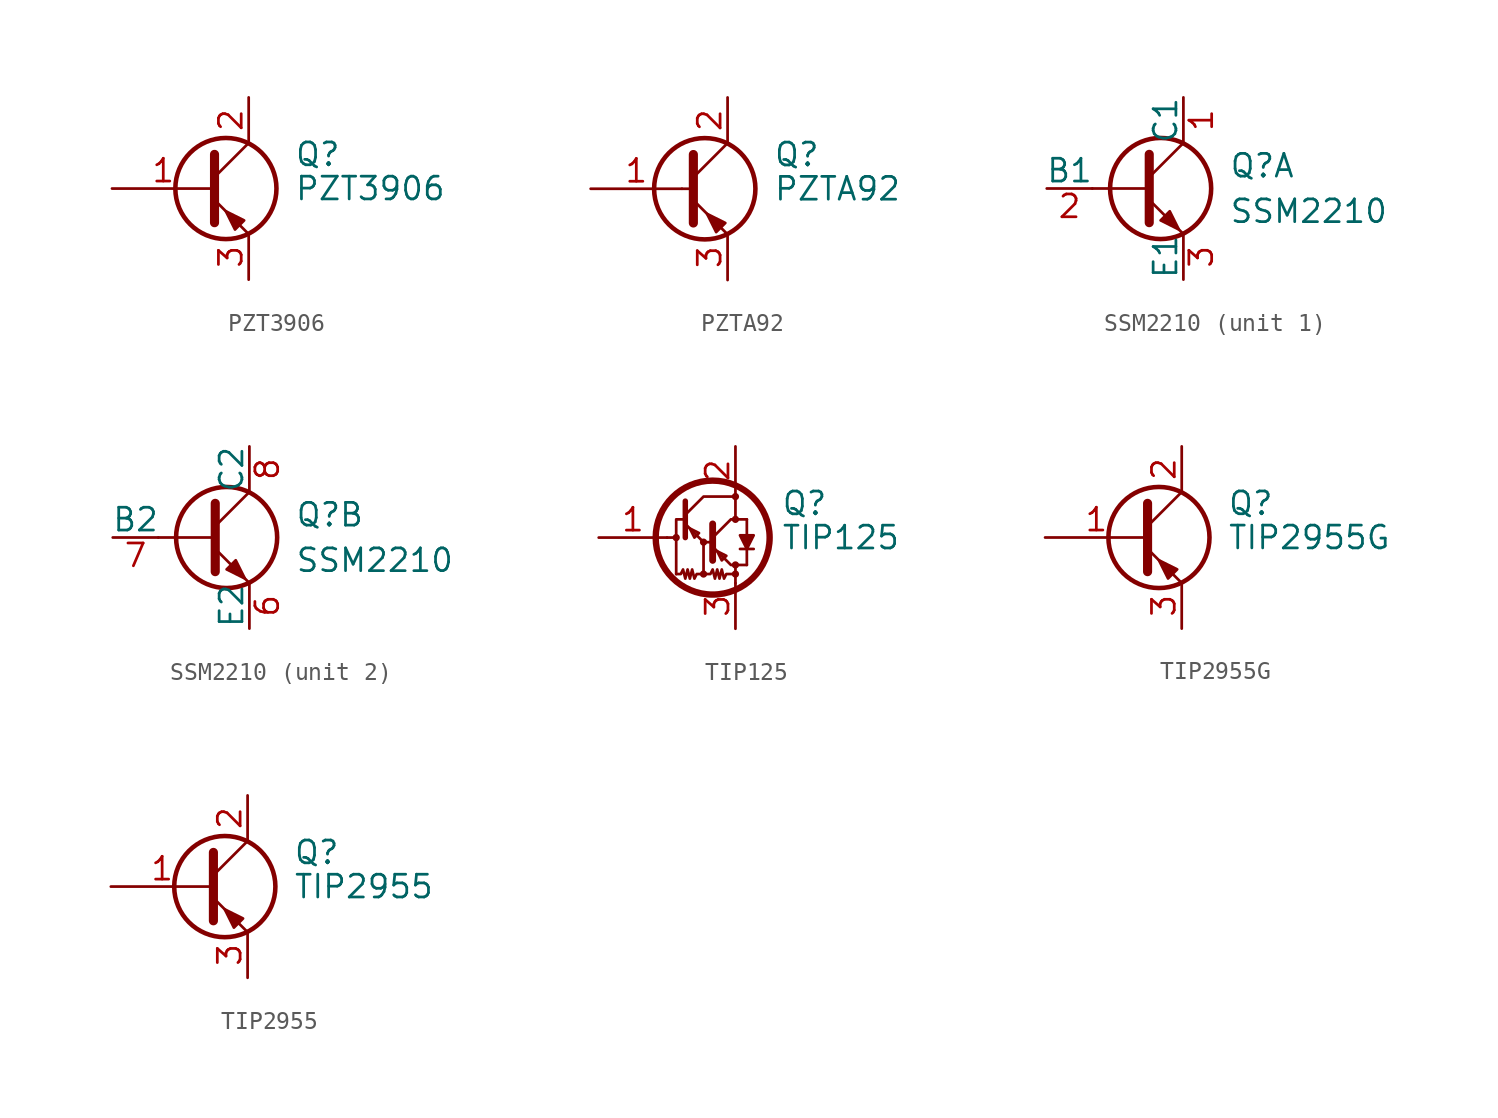
<source format=kicad_sym>
(kicad_symbol_lib
  (version 20241209)
  (generator "kicad_symbol_editor")
  (generator_version "9.0")
  (symbol "PZT3906"
    (pin_names
      (offset 0)
      (hide yes))
    (property "Reference" "Q"
      (at 5.08 1.905 0)
      (effects (font (size 1.27 1.27)) (justify left)))
    (property "Value" "PZT3906"
      (at 5.08 0 0)
      (effects (font (size 1.27 1.27)) (justify left)))
    (symbol "PZT3906_0_1"
      (polyline (pts (xy 0.635 1.905) (xy 0.635 -1.905) (xy 0.635 -1.905)) (stroke (width 0.508) (type default)) (fill (type none)))
      (polyline (pts (xy 0.635 0.635) (xy 2.54 2.54)) (stroke (width 0) (type default)) (fill (type none)))
      (polyline (pts (xy 0.635 -0.635) (xy 2.54 -2.54) (xy 2.54 -2.54)) (stroke (width 0) (type default)) (fill (type none)))
      (circle (center 1.27 0) (radius 2.819) (stroke (width 0.254) (type default)) (fill (type none)))
      (polyline (pts (xy 2.286 -1.778) (xy 1.778 -2.286) (xy 1.27 -1.27) (xy 2.286 -1.778) (xy 2.286 -1.778)) (stroke (width 0) (type default)) (fill (type outline))))
    (symbol "PZT3906_1_1"
      (pin input line (at -5.08 0 0) (length 5.715) (name "B" (effects (font (size 1.27 1.27)))) (number "1" (effects (font (size 1.27 1.27)))))
      (pin passive line (at 2.54 5.08 270) (length 2.54) (name "C" (effects (font (size 1.27 1.27)))) (number "2" (effects (font (size 1.27 1.27)))))
      (pin passive line (at 2.54 5.08 270) (length 2.54) (hide yes) (name "C" (effects (font (size 1.27 1.27)))) (number "4" (effects (font (size 1.27 1.27)))))
      (pin passive line (at 2.54 -5.08 90) (length 2.54) (name "E" (effects (font (size 1.27 1.27)))) (number "3" (effects (font (size 1.27 1.27)))))))
  (symbol "PZTA92"
    (pin_names
      (offset 0)
      (hide yes))
    (property "Reference" "Q"
      (at 5.08 1.905 0)
      (effects (font (size 1.27 1.27)) (justify left)))
    (property "Value" "PZTA92"
      (at 5.08 0 0)
      (effects (font (size 1.27 1.27)) (justify left)))
    (symbol "PZTA92_0_1"
      (polyline (pts (xy 0 0) (xy 0.635 0)) (stroke (width 0) (type default)) (fill (type none)))
      (polyline (pts (xy 0.635 1.905) (xy 0.635 -1.905) (xy 0.635 -1.905)) (stroke (width 0.508) (type default)) (fill (type outline)))
      (circle (center 1.27 0) (radius 2.819) (stroke (width 0.254) (type default)) (fill (type none)))
      (polyline (pts (xy 1.905 -2.413) (xy 2.413 -1.905) (xy 1.397 -1.397) (xy 1.905 -2.413) (xy 1.905 -2.413)) (stroke (width 0) (type default)) (fill (type outline)))
      (polyline (pts (xy 2.54 2.54) (xy 0.635 0.635)) (stroke (width 0) (type default)) (fill (type none)))
      (polyline (pts (xy 2.54 -2.54) (xy 0.635 -0.635)) (stroke (width 0) (type default)) (fill (type none))))
    (symbol "PZTA92_1_1"
      (pin input line (at -5.08 0 0) (length 5.08) (name "B" (effects (font (size 1.27 1.27)))) (number "1" (effects (font (size 1.27 1.27)))))
      (pin passive line (at 2.54 5.08 270) (length 2.54) (name "C" (effects (font (size 1.27 1.27)))) (number "2" (effects (font (size 1.27 1.27)))))
      (pin passive line (at 2.54 -5.08 90) (length 2.54) (name "E" (effects (font (size 1.27 1.27)))) (number "3" (effects (font (size 1.27 1.27)))))))
  (symbol "SSM2210"
    (pin_names
      (offset 0))
    (property "Reference" "Q"
      (at 5.08 1.27 0)
      (effects (font (size 1.27 1.27)) (justify left)))
    (property "Value" "SSM2210"
      (at 5.08 -1.27 0)
      (effects (font (size 1.27 1.27)) (justify left)))
    (symbol "SSM2210_0_1"
      (polyline (pts (xy 0.635 1.905) (xy 0.635 -1.905) (xy 0.635 -1.905)) (stroke (width 0.508) (type default)) (fill (type none)))
      (polyline (pts (xy 0.635 0.635) (xy 2.54 2.54)) (stroke (width 0) (type default)) (fill (type none)))
      (polyline (pts (xy 0.635 0) (xy -2.54 0)) (stroke (width 0) (type default)) (fill (type none)))
      (polyline (pts (xy 0.635 -0.635) (xy 2.54 -2.54) (xy 2.54 -2.54)) (stroke (width 0) (type default)) (fill (type none)))
      (circle (center 1.27 0) (radius 2.819) (stroke (width 0.254) (type default)) (fill (type none)))
      (polyline (pts (xy 1.27 -1.778) (xy 1.778 -1.27) (xy 2.286 -2.286) (xy 1.27 -1.778) (xy 1.27 -1.778)) (stroke (width 0) (type default)) (fill (type outline))))
    (symbol "SSM2210_1_1"
      (pin input line (at -5.08 0 0) (length 2.54) (name "B1" (effects (font (size 1.27 1.27)))) (number "2" (effects (font (size 1.27 1.27)))))
      (pin passive line (at 2.54 5.08 270) (length 2.54) (name "C1" (effects (font (size 1.27 1.27)))) (number "1" (effects (font (size 1.27 1.27)))))
      (pin passive line (at 2.54 -5.08 90) (length 2.54) (name "E1" (effects (font (size 1.27 1.27)))) (number "3" (effects (font (size 1.27 1.27))))))
    (symbol "SSM2210_2_1"
      (pin input line (at -5.08 0 0) (length 2.54) (name "B2" (effects (font (size 1.27 1.27)))) (number "7" (effects (font (size 1.27 1.27)))))
      (pin passive line (at 2.54 5.08 270) (length 2.54) (name "C2" (effects (font (size 1.27 1.27)))) (number "8" (effects (font (size 1.27 1.27)))))
      (pin passive line (at 2.54 -5.08 90) (length 2.54) (name "E2" (effects (font (size 1.27 1.27)))) (number "6" (effects (font (size 1.27 1.27)))))))
  (symbol "TIP125"
    (pin_names
      (offset 0)
      (hide yes))
    (property "Reference" "Q"
      (at 5.08 1.905 0)
      (effects (font (size 1.27 1.27)) (justify left)))
    (property "Value" "TIP125"
      (at 5.08 0 0)
      (effects (font (size 1.27 1.27)) (justify left)))
    (symbol "TIP125_0_1"
      (polyline (pts (xy -1.27 0) (xy -0.889 0)) (stroke (width 0) (type default)) (fill (type none)))
      (circle (center -0.762 0) (radius 0.127) (stroke (width 0) (type default)) (fill (type none)))
      (polyline (pts (xy -0.254 2.032) (xy -0.254 0) (xy -0.254 0)) (stroke (width 0.305) (type default)) (fill (type none)))
      (polyline (pts (xy -0.254 1.27) (xy 0.762 2.286) (xy 2.54 2.286)) (stroke (width 0) (type default)) (fill (type none)))
      (polyline (pts (xy -0.254 1.016) (xy -0.762 1.016) (xy -0.762 -2.032)) (stroke (width 0) (type default)) (fill (type none)))
      (polyline (pts (xy -0.254 0.762) (xy 0.762 -0.254) (xy 1.27 -0.254)) (stroke (width 0) (type default)) (fill (type none)))
      (polyline (pts (xy 0 0.508) (xy 0.254 0) (xy 0.508 0.254) (xy 0 0.508)) (stroke (width 0) (type default)) (fill (type none)))
      (polyline (pts (xy 0.762 -0.254) (xy 0.762 -2.032) (xy 1.143 -2.032) (xy 1.27 -1.778) (xy 1.397 -2.286) (xy 1.524 -1.778) (xy 1.651 -2.286) (xy 1.778 -1.778) (xy 1.905 -2.286) (xy 2.032 -2.032) (xy 2.54 -2.032)) (stroke (width 0) (type default)) (fill (type none)))
      (circle (center 0.762 -0.254) (radius 0.127) (stroke (width 0) (type default)) (fill (type none)))
      (polyline (pts (xy 0.762 -2.032) (xy 0.381 -2.032) (xy 0.254 -2.286) (xy 0.127 -1.778) (xy 0 -2.286) (xy -0.127 -1.778) (xy -0.254 -2.286) (xy -0.381 -1.778) (xy -0.508 -2.032) (xy -0.762 -2.032)) (stroke (width 0) (type default)) (fill (type none)))
      (circle (center 0.762 -2.032) (radius 0.127) (stroke (width 0) (type default)) (fill (type none)))
      (polyline (pts (xy 1.27 0.762) (xy 1.27 -1.27) (xy 1.27 -1.27)) (stroke (width 0.381) (type default)) (fill (type none)))
      (polyline (pts (xy 1.27 0) (xy 2.286 1.016) (xy 2.54 1.016) (xy 2.54 2.286)) (stroke (width 0) (type default)) (fill (type none)))
      (circle (center 1.27 0) (radius 3.175) (stroke (width 0.356) (type default)) (fill (type none)))
      (polyline (pts (xy 1.27 -0.508) (xy 2.286 -1.524) (xy 2.54 -1.524) (xy 2.54 -2.032)) (stroke (width 0) (type default)) (fill (type none)))
      (polyline (pts (xy 1.524 -0.762) (xy 1.778 -1.27) (xy 2.032 -1.016) (xy 1.524 -0.762)) (stroke (width 0) (type default)) (fill (type none)))
      (circle (center 2.54 2.286) (radius 0.127) (stroke (width 0) (type default)) (fill (type none)))
      (circle (center 2.54 1.016) (radius 0.127) (stroke (width 0) (type default)) (fill (type none)))
      (polyline (pts (xy 2.54 -1.524) (xy 3.175 -1.524)) (stroke (width 0) (type default)) (fill (type none)))
      (circle (center 2.54 -1.524) (radius 0.127) (stroke (width 0) (type default)) (fill (type none)))
      (polyline (pts (xy 2.54 -2.032) (xy 2.54 -2.54)) (stroke (width 0) (type default)) (fill (type none)))
      (circle (center 2.54 -2.032) (radius 0.127) (stroke (width 0) (type default)) (fill (type none)))
      (polyline (pts (xy 2.794 -0.635) (xy 3.556 -0.635)) (stroke (width 0) (type default)) (fill (type none)))
      (polyline (pts (xy 3.175 1.016) (xy 2.54 1.016)) (stroke (width 0) (type default)) (fill (type none)))
      (polyline (pts (xy 3.175 0.127) (xy 3.175 1.016)) (stroke (width 0) (type default)) (fill (type none)))
      (polyline (pts (xy 3.175 -0.635) (xy 2.794 0.127) (xy 3.556 0.127) (xy 3.175 -0.635)) (stroke (width 0) (type default)) (fill (type outline)))
      (polyline (pts (xy 3.175 -1.524) (xy 3.175 -0.635)) (stroke (width 0) (type default)) (fill (type none))))
    (symbol "TIP125_1_1"
      (pin input line (at -5.08 0 0) (length 3.81) (name "B" (effects (font (size 1.27 1.27)))) (number "1" (effects (font (size 1.27 1.27)))))
      (pin passive line (at 2.54 5.08 270) (length 2.667) (name "C" (effects (font (size 1.27 1.27)))) (number "2" (effects (font (size 1.27 1.27)))))
      (pin passive line (at 2.54 -5.08 90) (length 2.54) (name "E" (effects (font (size 1.27 1.27)))) (number "3" (effects (font (size 1.27 1.27)))))))
  (symbol "TIP2955G"
    (pin_names
      (offset 0)
      (hide yes))
    (property "Reference" "Q"
      (at 5.08 1.905 0)
      (effects (font (size 1.27 1.27)) (justify left)))
    (property "Value" "TIP2955G"
      (at 5.08 0 0)
      (effects (font (size 1.27 1.27)) (justify left)))
    (symbol "TIP2955G_0_1"
      (polyline (pts (xy 0.635 1.905) (xy 0.635 -1.905) (xy 0.635 -1.905)) (stroke (width 0.508) (type default)) (fill (type none)))
      (polyline (pts (xy 0.635 0.635) (xy 2.54 2.54)) (stroke (width 0) (type default)) (fill (type none)))
      (polyline (pts (xy 0.635 -0.635) (xy 2.54 -2.54) (xy 2.54 -2.54)) (stroke (width 0) (type default)) (fill (type none)))
      (circle (center 1.27 0) (radius 2.819) (stroke (width 0.254) (type default)) (fill (type none)))
      (polyline (pts (xy 2.286 -1.778) (xy 1.778 -2.286) (xy 1.27 -1.27) (xy 2.286 -1.778) (xy 2.286 -1.778)) (stroke (width 0) (type default)) (fill (type outline))))
    (symbol "TIP2955G_1_1"
      (pin input line (at -5.08 0 0) (length 5.715) (name "B" (effects (font (size 1.27 1.27)))) (number "1" (effects (font (size 1.27 1.27)))))
      (pin passive line (at 2.54 5.08 270) (length 2.54) (name "C" (effects (font (size 1.27 1.27)))) (number "2" (effects (font (size 1.27 1.27)))))
      (pin passive line (at 2.54 -5.08 90) (length 2.54) (name "E" (effects (font (size 1.27 1.27)))) (number "3" (effects (font (size 1.27 1.27)))))))
  (symbol "TIP2955"
    (pin_names
      (offset 0)
      (hide yes))
    (property "Reference" "Q"
      (at 5.08 1.905 0)
      (effects (font (size 1.27 1.27)) (justify left)))
    (property "Value" "TIP2955"
      (at 5.08 0 0)
      (effects (font (size 1.27 1.27)) (justify left)))
    (symbol "TIP2955_0_1"
      (polyline (pts (xy 0.635 1.905) (xy 0.635 -1.905) (xy 0.635 -1.905)) (stroke (width 0.508) (type default)) (fill (type none)))
      (polyline (pts (xy 0.635 0.635) (xy 2.54 2.54)) (stroke (width 0) (type default)) (fill (type none)))
      (polyline (pts (xy 0.635 -0.635) (xy 2.54 -2.54) (xy 2.54 -2.54)) (stroke (width 0) (type default)) (fill (type none)))
      (circle (center 1.27 0) (radius 2.819) (stroke (width 0.254) (type default)) (fill (type none)))
      (polyline (pts (xy 2.286 -1.778) (xy 1.778 -2.286) (xy 1.27 -1.27) (xy 2.286 -1.778) (xy 2.286 -1.778)) (stroke (width 0) (type default)) (fill (type outline))))
    (symbol "TIP2955_1_1"
      (pin input line (at -5.08 0 0) (length 5.715) (name "B" (effects (font (size 1.27 1.27)))) (number "1" (effects (font (size 1.27 1.27)))))
      (pin passive line (at 2.54 5.08 270) (length 2.54) (name "C" (effects (font (size 1.27 1.27)))) (number "2" (effects (font (size 1.27 1.27)))))
      (pin passive line (at 2.54 -5.08 90) (length 2.54) (name "E" (effects (font (size 1.27 1.27)))) (number "3" (effects (font (size 1.27 1.27))))))))
</source>
